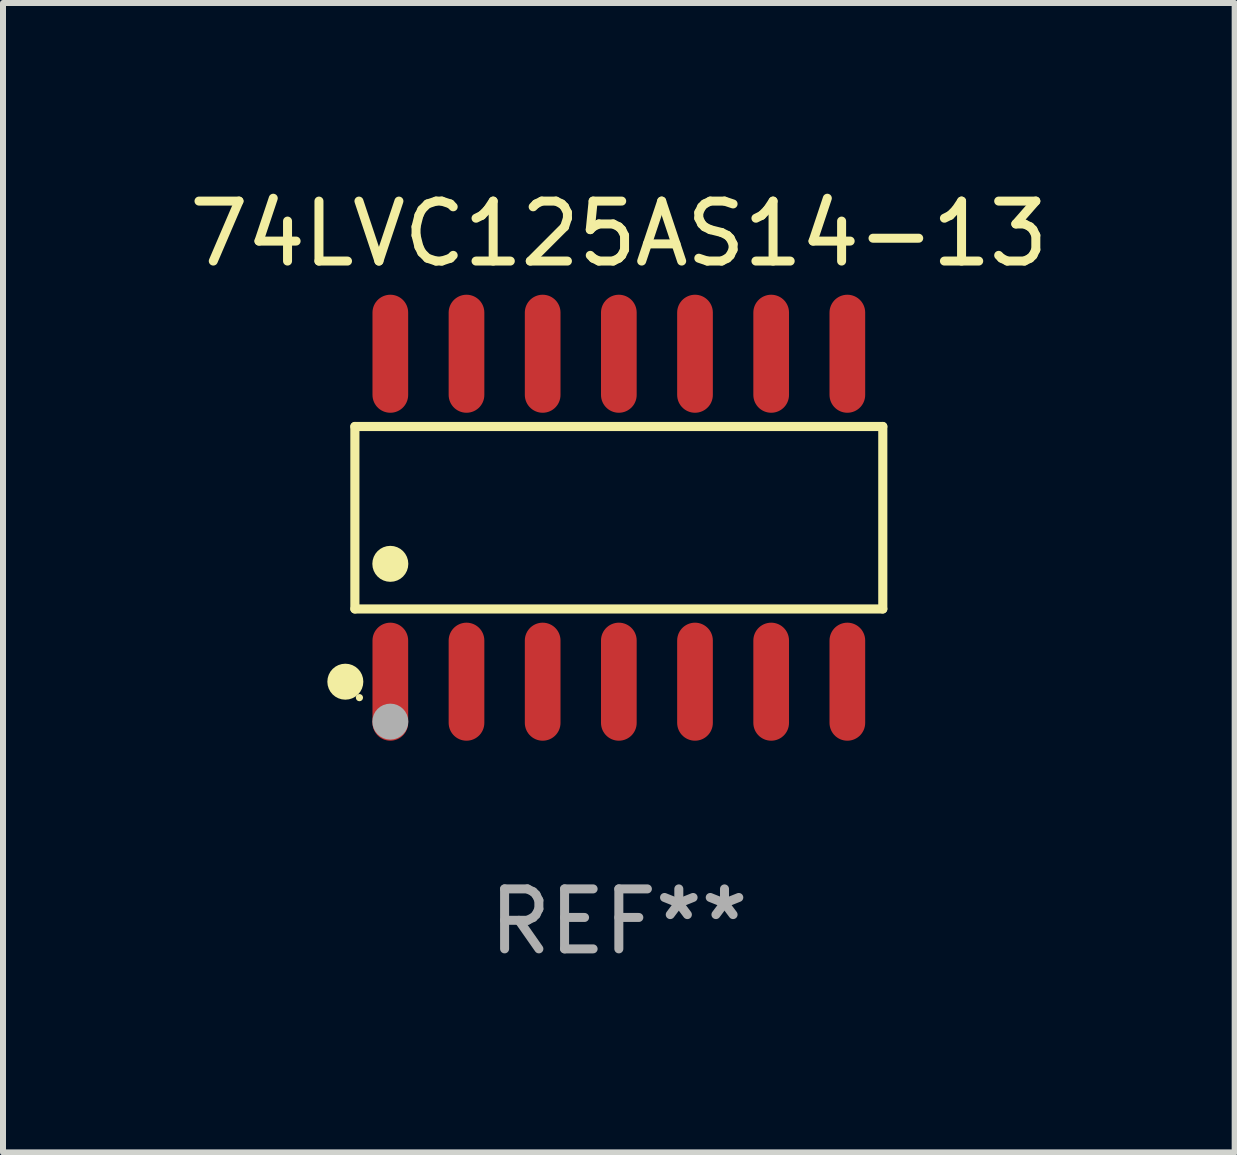
<source format=kicad_pcb>
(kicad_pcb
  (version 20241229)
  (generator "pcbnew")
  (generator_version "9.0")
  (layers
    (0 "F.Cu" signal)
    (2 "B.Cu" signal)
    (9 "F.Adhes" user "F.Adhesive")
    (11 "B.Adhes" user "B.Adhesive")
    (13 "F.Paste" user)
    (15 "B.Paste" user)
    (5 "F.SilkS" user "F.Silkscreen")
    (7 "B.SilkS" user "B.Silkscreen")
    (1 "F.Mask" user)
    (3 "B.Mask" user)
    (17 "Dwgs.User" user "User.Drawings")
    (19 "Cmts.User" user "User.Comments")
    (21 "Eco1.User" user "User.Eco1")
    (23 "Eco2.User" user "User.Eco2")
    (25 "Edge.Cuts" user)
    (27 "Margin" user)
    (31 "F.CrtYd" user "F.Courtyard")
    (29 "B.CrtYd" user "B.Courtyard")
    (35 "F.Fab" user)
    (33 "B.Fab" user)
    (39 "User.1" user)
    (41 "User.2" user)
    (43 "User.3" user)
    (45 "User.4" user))
  (footprint "74LVC125AS14-13"
    (layer "F.Cu")
    (at 7.268 5.582)
    (property "Reference" "74LVC125AS14-13" (at 0 -4.734 0) (layer "F.SilkS") (effects (font (size 1 1) (thickness 0.15))))
    (attr through_hole)
    (fp_line (start -4.401 -1.521) (end 4.401 -1.521) (stroke (width 0.152) (type solid)) (layer "F.SilkS"))
    (fp_line (start -4.401 1.521) (end -4.401 -1.521) (stroke (width 0.152) (type solid)) (layer "F.SilkS"))
    (fp_line (start 4.401 -1.521) (end 4.401 1.521) (stroke (width 0.152) (type solid)) (layer "F.SilkS"))
    (fp_line (start 4.401 1.521) (end -4.401 1.521) (stroke (width 0.152) (type solid)) (layer "F.SilkS"))
    (fp_circle (center -4.56 2.734) (end -4.41 2.734) (stroke (width 0.3) (type solid)) (fill no) (layer "F.SilkS"))
    (fp_circle (center -4.325 3) (end -4.295 3) (stroke (width 0.06) (type solid)) (fill no) (layer "F.SilkS"))
    (fp_circle (center -3.81 0.769) (end -3.66 0.769) (stroke (width 0.3) (type solid)) (fill no) (layer "F.SilkS"))
    (fp_circle (center -3.81 3.4) (end -3.66 3.4) (stroke (width 0.3) (type solid)) (fill no) (layer "F.Fab"))
    (fp_text user "REF**" (at 0 6.734 0) (layer "F.Fab") (effects (font (size 1 1) (thickness 0.15))))
    (pad "1" smd oval (at -3.81 2.734) (size 0.595 1.968) (layers "F.Cu" "F.Mask" "F.Paste"))
    (pad "2" smd oval (at -2.54 2.734) (size 0.595 1.968) (layers "F.Cu" "F.Mask" "F.Paste"))
    (pad "3" smd oval (at -1.27 2.734) (size 0.595 1.968) (layers "F.Cu" "F.Mask" "F.Paste"))
    (pad "4" smd oval (at 0 2.734) (size 0.595 1.968) (layers "F.Cu" "F.Mask" "F.Paste"))
    (pad "5" smd oval (at 1.27 2.734) (size 0.595 1.968) (layers "F.Cu" "F.Mask" "F.Paste"))
    (pad "6" smd oval (at 2.54 2.734) (size 0.595 1.968) (layers "F.Cu" "F.Mask" "F.Paste"))
    (pad "7" smd oval (at 3.81 2.734) (size 0.595 1.968) (layers "F.Cu" "F.Mask" "F.Paste"))
    (pad "8" smd oval (at 3.81 -2.734) (size 0.595 1.968) (layers "F.Cu" "F.Mask" "F.Paste"))
    (pad "9" smd oval (at 2.54 -2.734) (size 0.595 1.968) (layers "F.Cu" "F.Mask" "F.Paste"))
    (pad "10" smd oval (at 1.27 -2.734) (size 0.595 1.968) (layers "F.Cu" "F.Mask" "F.Paste"))
    (pad "11" smd oval (at 0 -2.734) (size 0.595 1.968) (layers "F.Cu" "F.Mask" "F.Paste"))
    (pad "12" smd oval (at -1.27 -2.734) (size 0.595 1.968) (layers "F.Cu" "F.Mask" "F.Paste"))
    (pad "13" smd oval (at -2.54 -2.734) (size 0.595 1.968) (layers "F.Cu" "F.Mask" "F.Paste"))
    (pad "14" smd oval (at -3.81 -2.734) (size 0.595 1.968) (layers "F.Cu" "F.Mask" "F.Paste")))
  (gr_rect
    (start -3 -3)
    (end 17.536 16.164)
    (stroke (width 0.1) (type default))
    (fill no)
    (layer "Edge.Cuts")))
</source>
